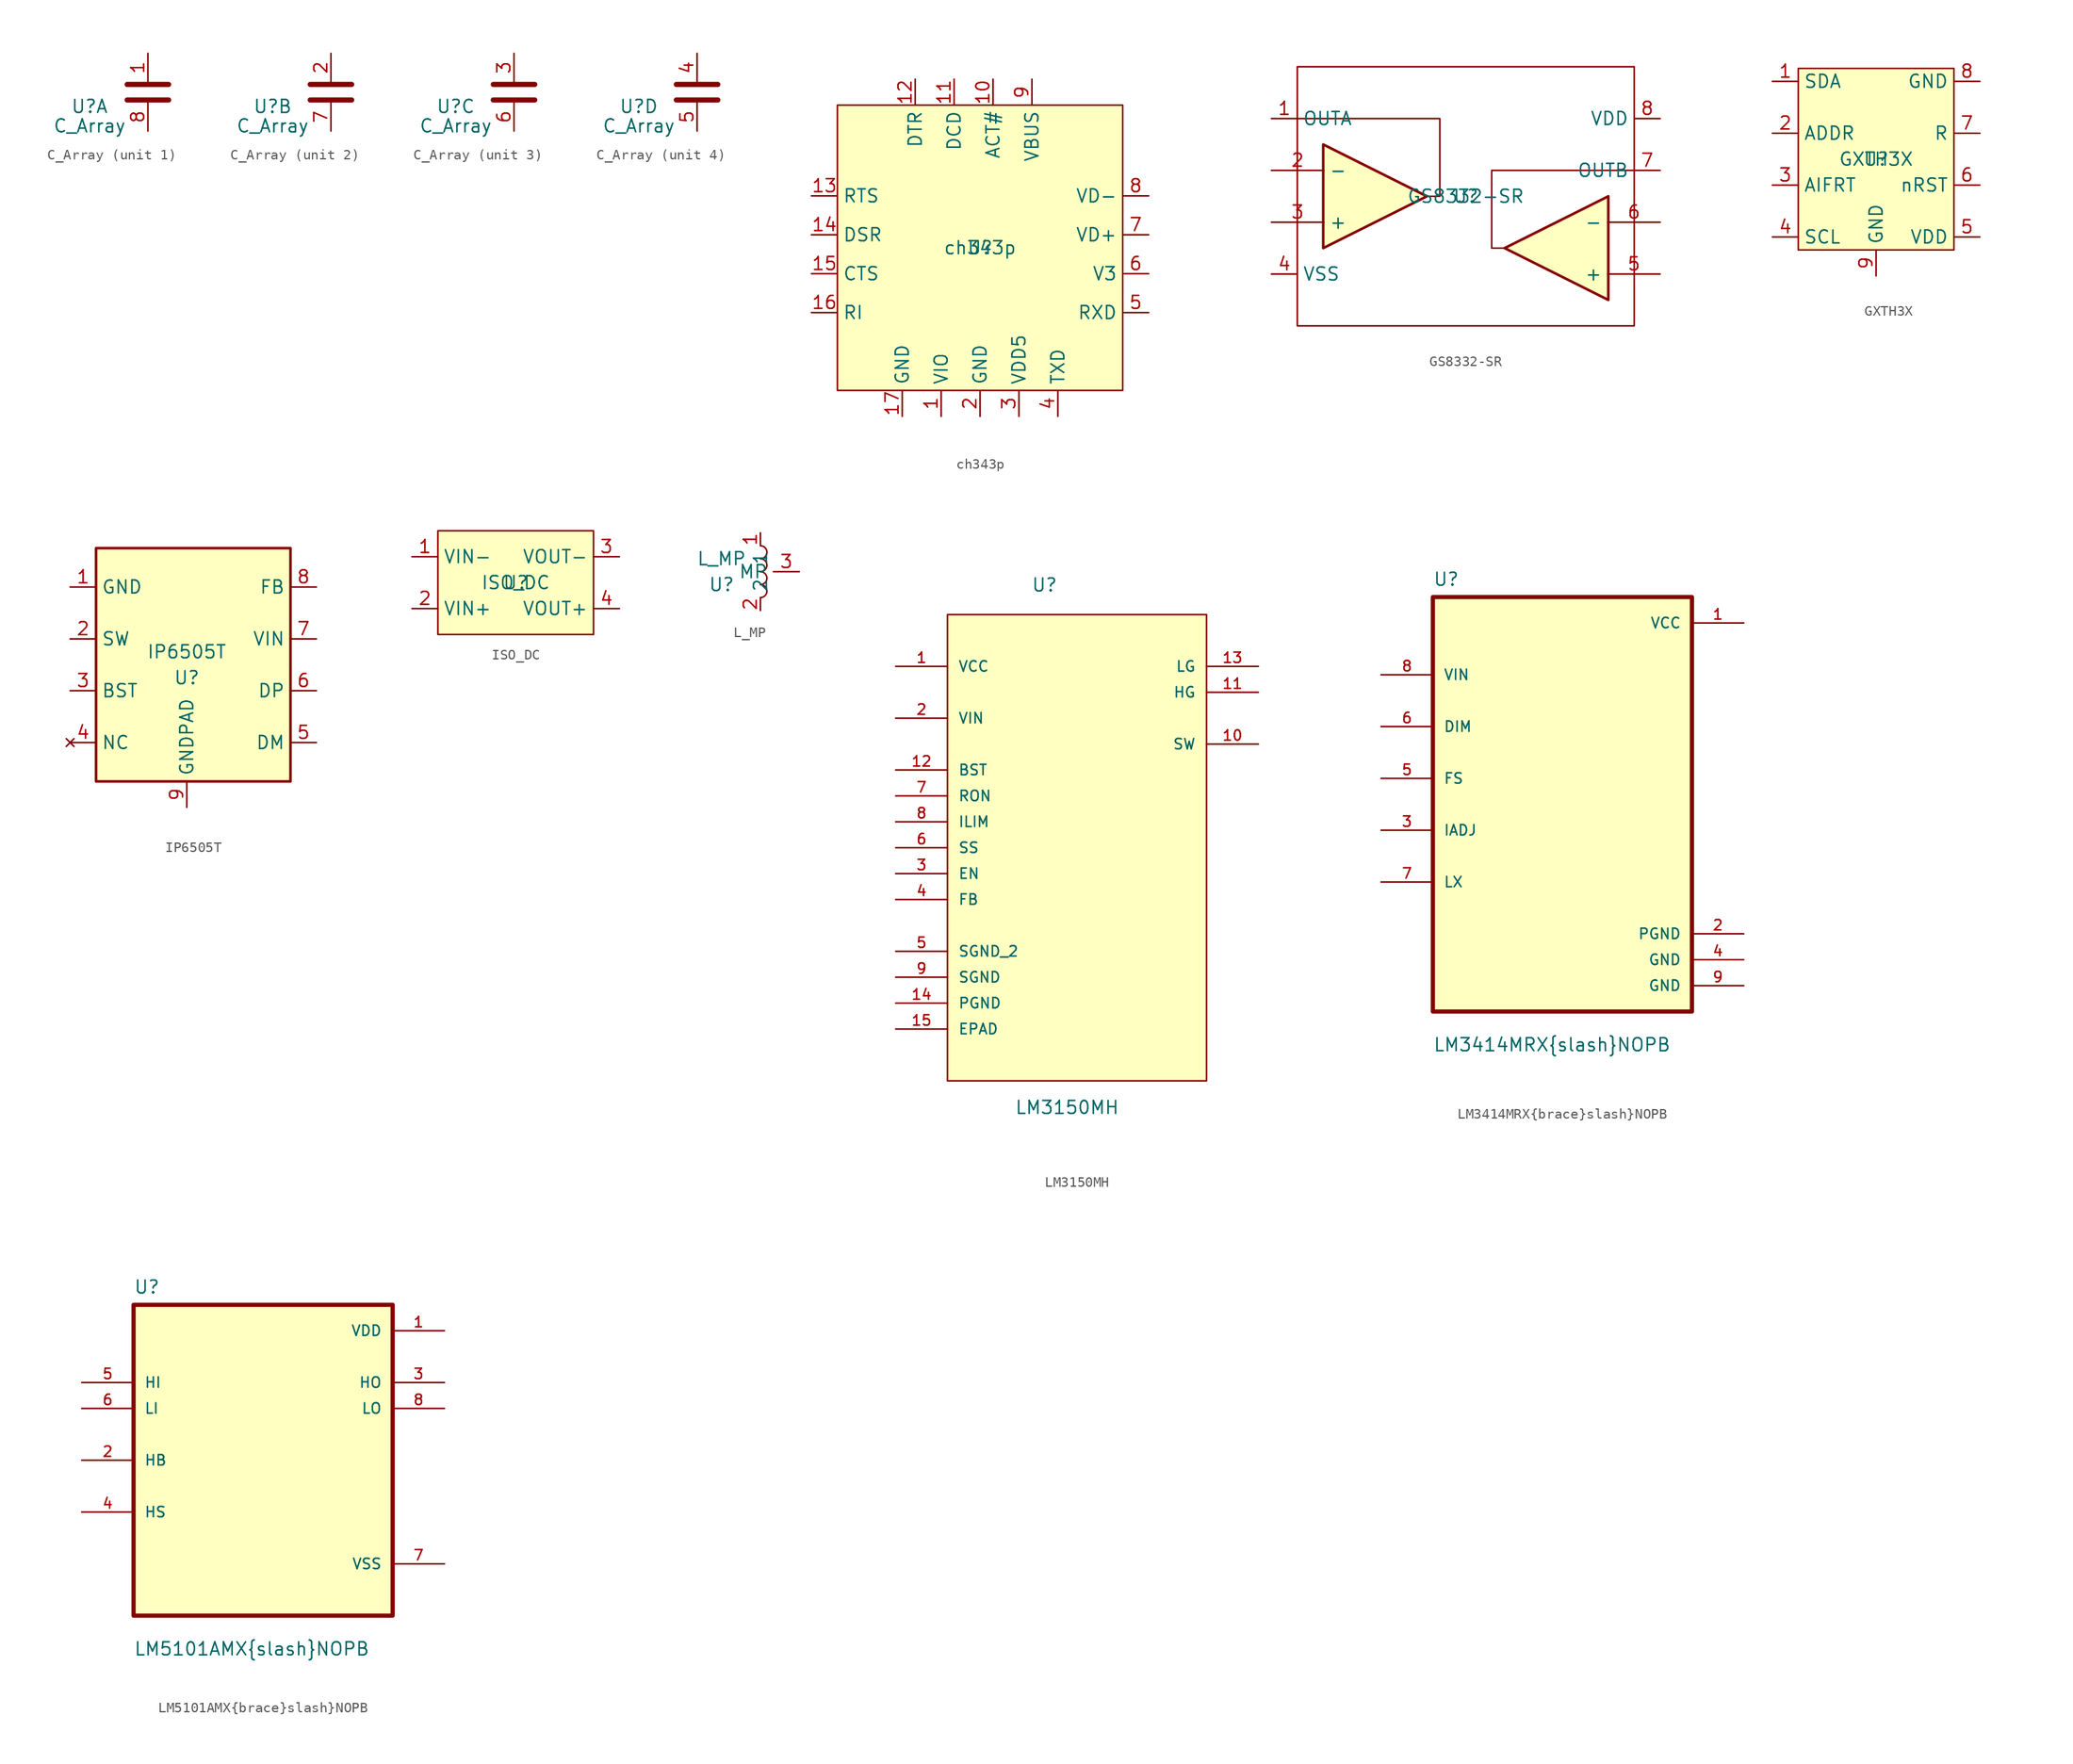
<source format=kicad_sym>
(kicad_symbol_lib
  (version 20211014)
  (generator kicad_symbol_editor)
  (symbol "C_Array"
    (property "Reference" "U"
      (at -5.715 -1.905 0)
      (effects (font (size 1.27 1.27))))
    (property "Value" "C_Array"
      (at -5.715 -3.81 0)
      (effects (font (size 1.27 1.27))))
    (symbol "C_Array_0_1"
      (polyline (pts (xy -2.032 -1.27) (xy 2.032 -1.27)) (stroke (width 0.508) (type default) (color 0 0 0 0)) (fill (type none)))
      (polyline (pts (xy -2.032 0.254) (xy 2.032 0.254)) (stroke (width 0.508) (type default) (color 0 0 0 0)) (fill (type none))))
    (symbol "C_Array_1_1"
      (pin passive line (at 0 3.302 270) (length 2.794) (name "~" (effects (font (size 1.27 1.27)))) (number "1" (effects (font (size 1.27 1.27)))))
      (pin passive line (at 0 -4.318 90) (length 2.794) (name "" (effects (font (size 1.27 1.27)))) (number "8" (effects (font (size 1.27 1.27))))))
    (symbol "C_Array_2_1"
      (pin passive line (at 0 3.302 270) (length 2.794) (name "~" (effects (font (size 1.27 1.27)))) (number "2" (effects (font (size 1.27 1.27)))))
      (pin passive line (at 0 -4.318 90) (length 2.794) (name "" (effects (font (size 1.27 1.27)))) (number "7" (effects (font (size 1.27 1.27))))))
    (symbol "C_Array_3_1"
      (pin passive line (at 0 3.302 270) (length 2.794) (name "~" (effects (font (size 1.27 1.27)))) (number "3" (effects (font (size 1.27 1.27)))))
      (pin passive line (at 0 -4.318 90) (length 2.794) (name "" (effects (font (size 1.27 1.27)))) (number "6" (effects (font (size 1.27 1.27))))))
    (symbol "C_Array_4_1"
      (pin passive line (at 0 3.302 270) (length 2.794) (name "~" (effects (font (size 1.27 1.27)))) (number "4" (effects (font (size 1.27 1.27)))))
      (pin passive line (at 0 -4.318 90) (length 2.794) (name "" (effects (font (size 1.27 1.27)))) (number "5" (effects (font (size 1.27 1.27)))))))
  (symbol "ch343p"
    (property "Reference" "U"
      (at 0 0 0)
      (effects (font (size 1.27 1.27))))
    (property "Value" "ch343p"
      (at 0 0 0)
      (effects (font (size 1.27 1.27))))
    (symbol "ch343p_0_1"
      (rectangle (start -13.97 13.97) (end 13.97 -13.97) (stroke (width 0) (type default) (color 0 0 0 0)) (fill (type background))))
    (symbol "ch343p_1_1"
      (pin input line (at -3.81 -16.51 90) (length 2.54) (name "VIO" (effects (font (size 1.27 1.27)))) (number "1" (effects (font (size 1.27 1.27)))))
      (pin input line (at 1.27 16.51 270) (length 2.54) (name "ACT#" (effects (font (size 1.27 1.27)))) (number "10" (effects (font (size 1.27 1.27)))))
      (pin input line (at -2.54 16.51 270) (length 2.54) (name "DCD" (effects (font (size 1.27 1.27)))) (number "11" (effects (font (size 1.27 1.27)))))
      (pin input line (at -6.35 16.51 270) (length 2.54) (name "DTR" (effects (font (size 1.27 1.27)))) (number "12" (effects (font (size 1.27 1.27)))))
      (pin input line (at -16.51 5.08 0) (length 2.54) (name "RTS" (effects (font (size 1.27 1.27)))) (number "13" (effects (font (size 1.27 1.27)))))
      (pin input line (at -16.51 1.27 0) (length 2.54) (name "DSR" (effects (font (size 1.27 1.27)))) (number "14" (effects (font (size 1.27 1.27)))))
      (pin input line (at -16.51 -2.54 0) (length 2.54) (name "CTS" (effects (font (size 1.27 1.27)))) (number "15" (effects (font (size 1.27 1.27)))))
      (pin input line (at -16.51 -6.35 0) (length 2.54) (name "RI" (effects (font (size 1.27 1.27)))) (number "16" (effects (font (size 1.27 1.27)))))
      (pin input line (at -7.62 -16.51 90) (length 2.54) (name "GND" (effects (font (size 1.27 1.27)))) (number "17" (effects (font (size 1.27 1.27)))))
      (pin input line (at 0 -16.51 90) (length 2.54) (name "GND" (effects (font (size 1.27 1.27)))) (number "2" (effects (font (size 1.27 1.27)))))
      (pin input line (at 3.81 -16.51 90) (length 2.54) (name "VDD5" (effects (font (size 1.27 1.27)))) (number "3" (effects (font (size 1.27 1.27)))))
      (pin input line (at 7.62 -16.51 90) (length 2.54) (name "TXD" (effects (font (size 1.27 1.27)))) (number "4" (effects (font (size 1.27 1.27)))))
      (pin input line (at 16.51 -6.35 180) (length 2.54) (name "RXD" (effects (font (size 1.27 1.27)))) (number "5" (effects (font (size 1.27 1.27)))))
      (pin input line (at 16.51 -2.54 180) (length 2.54) (name "V3" (effects (font (size 1.27 1.27)))) (number "6" (effects (font (size 1.27 1.27)))))
      (pin input line (at 16.51 1.27 180) (length 2.54) (name "VD+" (effects (font (size 1.27 1.27)))) (number "7" (effects (font (size 1.27 1.27)))))
      (pin input line (at 16.51 5.08 180) (length 2.54) (name "VD-" (effects (font (size 1.27 1.27)))) (number "8" (effects (font (size 1.27 1.27)))))
      (pin input line (at 5.08 16.51 270) (length 2.54) (name "VBUS" (effects (font (size 1.27 1.27)))) (number "9" (effects (font (size 1.27 1.27)))))))
  (symbol "GS8332-SR"
    (property "Reference" "U"
      (at 0 0 0)
      (effects (font (size 1.27 1.27))))
    (property "Value" "GS8332-SR"
      (at 0 0 0)
      (effects (font (size 1.27 1.27))))
    (symbol "GS8332-SR_0_1"
      (rectangle (start -16.51 12.7) (end 16.51 -12.7) (stroke (width 0) (type default) (color 0 0 0 0)) (fill (type none)))
      (polyline (pts (xy -3.81 0) (xy -13.97 5.08) (xy -13.97 -5.08) (xy -3.81 0)) (stroke (width 0.254) (type default) (color 0 0 0 0)) (fill (type background)))
      (polyline (pts (xy 3.81 -5.08) (xy 2.54 -5.08) (xy 2.54 2.54) (xy 16.51 2.54)) (stroke (width 0) (type default) (color 0 0 0 0)) (fill (type none)))
      (polyline (pts (xy 3.81 -5.08) (xy 13.97 -10.16) (xy 13.97 0) (xy 3.81 -5.08)) (stroke (width 0.254) (type default) (color 0 0 0 0)) (fill (type background)))
      (polyline (pts (xy -16.51 7.62) (xy -3.81 7.62) (xy -2.54 7.62) (xy -2.54 0) (xy -3.81 0)) (stroke (width 0) (type default) (color 0 0 0 0)) (fill (type none))))
    (symbol "GS8332-SR_1_1"
      (pin input line (at -19.05 7.62 0) (length 2.54) (name "OUTA" (effects (font (size 1.27 1.27)))) (number "1" (effects (font (size 1.27 1.27)))))
      (pin input line (at -19.05 2.54 0) (length 5.14) (name "-" (effects (font (size 1.27 1.27)))) (number "2" (effects (font (size 1.27 1.27)))))
      (pin input line (at -19.05 -2.54 0) (length 5.14) (name "+" (effects (font (size 1.27 1.27)))) (number "3" (effects (font (size 1.27 1.27)))))
      (pin input line (at -19.05 -7.62 0) (length 2.54) (name "VSS" (effects (font (size 1.27 1.27)))) (number "4" (effects (font (size 1.27 1.27)))))
      (pin input line (at 19.05 -7.62 180) (length 5.14) (name "+" (effects (font (size 1.27 1.27)))) (number "5" (effects (font (size 1.27 1.27)))))
      (pin input line (at 19.05 -2.54 180) (length 5.14) (name "-" (effects (font (size 1.27 1.27)))) (number "6" (effects (font (size 1.27 1.27)))))
      (pin input line (at 19.05 2.54 180) (length 2.54) (name "OUTB" (effects (font (size 1.27 1.27)))) (number "7" (effects (font (size 1.27 1.27)))))
      (pin input line (at 19.05 7.62 180) (length 2.54) (name "VDD" (effects (font (size 1.27 1.27)))) (number "8" (effects (font (size 1.27 1.27)))))))
  (symbol "GXTH3X"
    (property "Reference" "U"
      (at 0 0 0)
      (effects (font (size 1.27 1.27))))
    (property "Value" "GXTH3X"
      (at 0 0 0)
      (effects (font (size 1.27 1.27))))
    (symbol "GXTH3X_0_0"
      (text "" (at 12.7 3.81 0) (effects (font (size 1.27 1.27)))))
    (symbol "GXTH3X_0_1"
      (rectangle (start -7.62 8.89) (end 7.62 -8.89) (stroke (width 0) (type default) (color 0 0 0 0)) (fill (type background))))
    (symbol "GXTH3X_1_1"
      (pin input line (at -10.16 7.62 0) (length 2.54) (name "SDA" (effects (font (size 1.27 1.27)))) (number "1" (effects (font (size 1.27 1.27)))))
      (pin input line (at -10.16 2.54 0) (length 2.54) (name "ADDR" (effects (font (size 1.27 1.27)))) (number "2" (effects (font (size 1.27 1.27)))))
      (pin input line (at -10.16 -2.54 0) (length 2.54) (name "AIFRT" (effects (font (size 1.27 1.27)))) (number "3" (effects (font (size 1.27 1.27)))))
      (pin input line (at -10.16 -7.62 0) (length 2.54) (name "SCL" (effects (font (size 1.27 1.27)))) (number "4" (effects (font (size 1.27 1.27)))))
      (pin input line (at 10.16 -7.62 180) (length 2.54) (name "VDD" (effects (font (size 1.27 1.27)))) (number "5" (effects (font (size 1.27 1.27)))))
      (pin input line (at 10.16 -2.54 180) (length 2.54) (name "nRST" (effects (font (size 1.27 1.27)))) (number "6" (effects (font (size 1.27 1.27)))))
      (pin input line (at 10.16 2.54 180) (length 2.54) (name "R" (effects (font (size 1.27 1.27)))) (number "7" (effects (font (size 1.27 1.27)))))
      (pin input line (at 10.16 7.62 180) (length 2.54) (name "GND" (effects (font (size 1.27 1.27)))) (number "8" (effects (font (size 1.27 1.27)))))
      (pin input line (at 0 -11.43 90) (length 2.54) (name "GND" (effects (font (size 1.27 1.27)))) (number "9" (effects (font (size 1.27 1.27)))))))
  (symbol "IP6505T"
    (property "Reference" "U"
      (at 0 -1.27 0)
      (effects (font (size 1.27 1.27))))
    (property "Value" "IP6505T"
      (at 0 1.27 0)
      (effects (font (size 1.27 1.27))))
    (symbol "IP6505T_0_1"
      (rectangle (start -8.89 11.43) (end 10.16 -11.43) (stroke (width 0.254) (type default) (color 0 0 0 0)) (fill (type background))))
    (symbol "IP6505T_1_1"
      (pin power_in line (at -11.43 7.62 0) (length 2.54) (name "GND" (effects (font (size 1.27 1.27)))) (number "1" (effects (font (size 1.27 1.27)))))
      (pin power_out line (at -11.43 2.54 0) (length 2.54) (name "SW" (effects (font (size 1.27 1.27)))) (number "2" (effects (font (size 1.27 1.27)))))
      (pin input line (at -11.43 -2.54 0) (length 2.54) (name "BST" (effects (font (size 1.27 1.27)))) (number "3" (effects (font (size 1.27 1.27)))))
      (pin no_connect line (at -11.43 -7.62 0) (length 2.54) (name "NC" (effects (font (size 1.27 1.27)))) (number "4" (effects (font (size 1.27 1.27)))))
      (pin bidirectional line (at 12.7 -7.62 180) (length 2.54) (name "DM" (effects (font (size 1.27 1.27)))) (number "5" (effects (font (size 1.27 1.27)))))
      (pin bidirectional line (at 12.7 -2.54 180) (length 2.54) (name "DP" (effects (font (size 1.27 1.27)))) (number "6" (effects (font (size 1.27 1.27)))))
      (pin power_in line (at 12.7 2.54 180) (length 2.54) (name "VIN" (effects (font (size 1.27 1.27)))) (number "7" (effects (font (size 1.27 1.27)))))
      (pin input line (at 12.7 7.62 180) (length 2.54) (name "FB" (effects (font (size 1.27 1.27)))) (number "8" (effects (font (size 1.27 1.27)))))
      (pin power_in line (at 0 -13.97 90) (length 2.54) (name "GNDPAD" (effects (font (size 1.27 1.27)))) (number "9" (effects (font (size 1.27 1.27)))))))
  (symbol "ISO_DC"
    (property "Reference" "U"
      (at 0 0 0)
      (effects (font (size 1.27 1.27))))
    (property "Value" "ISO_DC"
      (at 0 0 0)
      (effects (font (size 1.27 1.27))))
    (symbol "ISO_DC_0_1"
      (rectangle (start -7.62 5.08) (end 7.62 -5.08) (stroke (width 0) (type default) (color 0 0 0 0)) (fill (type background))))
    (symbol "ISO_DC_1_1"
      (pin input line (at -10.16 2.54 0) (length 2.54) (name "VIN-" (effects (font (size 1.27 1.27)))) (number "1" (effects (font (size 1.27 1.27)))))
      (pin input line (at -10.16 -2.54 0) (length 2.54) (name "VIN+" (effects (font (size 1.27 1.27)))) (number "2" (effects (font (size 1.27 1.27)))))
      (pin input line (at 10.16 2.54 180) (length 2.54) (name "VOUT-" (effects (font (size 1.27 1.27)))) (number "3" (effects (font (size 1.27 1.27)))))
      (pin input line (at 10.16 -2.54 180) (length 2.54) (name "VOUT+" (effects (font (size 1.27 1.27)))) (number "4" (effects (font (size 1.27 1.27)))))))
  (symbol "L_MP"
    (property "Reference" "U"
      (at -3.81 -1.27 0)
      (effects (font (size 1.27 1.27))))
    (property "Value" "L_MP"
      (at -3.81 1.27 0)
      (effects (font (size 1.27 1.27))))
    (symbol "L_MP_0_1"
      (arc (start 0 -2.54) (mid 0.635 -1.905) (end 0 -1.27) (stroke (width 0) (type default) (color 0 0 0 0)) (fill (type none)))
      (arc (start 0 -1.27) (mid 0.635 -0.635) (end 0 0) (stroke (width 0) (type default) (color 0 0 0 0)) (fill (type none)))
      (arc (start 0 0) (mid 0.635 0.635) (end 0 1.27) (stroke (width 0) (type default) (color 0 0 0 0)) (fill (type none)))
      (arc (start 0 1.27) (mid 0.635 1.905) (end 0 2.54) (stroke (width 0) (type default) (color 0 0 0 0)) (fill (type none))))
    (symbol "L_MP_1_1"
      (pin passive line (at 0 3.81 270) (length 1.27) (name "1" (effects (font (size 1.27 1.27)))) (number "1" (effects (font (size 1.27 1.27)))))
      (pin passive line (at 0 -3.81 90) (length 1.27) (name "2" (effects (font (size 1.27 1.27)))) (number "2" (effects (font (size 1.27 1.27)))))
      (pin input line (at 3.81 0 180) (length 2.54) (name "MP" (effects (font (size 1.27 1.27)))) (number "3" (effects (font (size 1.27 1.27)))))))
  (symbol "LM3150MH"
    (pin_names
      (offset 1.016))
    (property "Reference" "U"
      (at -4.496 22.479 0)
      (effects (font (size 1.27 1.27)) (justify left bottom)))
    (property "Value" "LM3150MH"
      (at -6.121 -28.753 0)
      (effects (font (size 1.27 1.27)) (justify left bottom)))
    (symbol "LM3150MH_0_0"
      (rectangle (start -12.7 -25.4) (end 12.7 20.32) (stroke (width 0.152) (type default) (color 0 0 0 0)) (fill (type background)))
      (pin power_in line (at -17.78 15.24 0) (length 5.08) (name "VCC" (effects (font (size 1.016 1.016)))) (number "1" (effects (font (size 1.016 1.016)))))
      (pin output line (at 17.78 7.62 180) (length 5.08) (name "SW" (effects (font (size 1.016 1.016)))) (number "10" (effects (font (size 1.016 1.016)))))
      (pin output line (at 17.78 12.7 180) (length 5.08) (name "HG" (effects (font (size 1.016 1.016)))) (number "11" (effects (font (size 1.016 1.016)))))
      (pin input line (at -17.78 5.08 0) (length 5.08) (name "BST" (effects (font (size 1.016 1.016)))) (number "12" (effects (font (size 1.016 1.016)))))
      (pin output line (at 17.78 15.24 180) (length 5.08) (name "LG" (effects (font (size 1.016 1.016)))) (number "13" (effects (font (size 1.016 1.016)))))
      (pin passive line (at -17.78 -17.78 0) (length 5.08) (name "PGND" (effects (font (size 1.016 1.016)))) (number "14" (effects (font (size 1.016 1.016)))))
      (pin passive line (at -17.78 -20.32 0) (length 5.08) (name "EPAD" (effects (font (size 1.016 1.016)))) (number "15" (effects (font (size 1.016 1.016)))))
      (pin input line (at -17.78 10.16 0) (length 5.08) (name "VIN" (effects (font (size 1.016 1.016)))) (number "2" (effects (font (size 1.016 1.016)))))
      (pin input line (at -17.78 -5.08 0) (length 5.08) (name "EN" (effects (font (size 1.016 1.016)))) (number "3" (effects (font (size 1.016 1.016)))))
      (pin input line (at -17.78 -7.62 0) (length 5.08) (name "FB" (effects (font (size 1.016 1.016)))) (number "4" (effects (font (size 1.016 1.016)))))
      (pin passive line (at -17.78 -12.7 0) (length 5.08) (name "SGND_2" (effects (font (size 1.016 1.016)))) (number "5" (effects (font (size 1.016 1.016)))))
      (pin input line (at -17.78 -2.54 0) (length 5.08) (name "SS" (effects (font (size 1.016 1.016)))) (number "6" (effects (font (size 1.016 1.016)))))
      (pin input line (at -17.78 2.54 0) (length 5.08) (name "RON" (effects (font (size 1.016 1.016)))) (number "7" (effects (font (size 1.016 1.016)))))
      (pin input line (at -17.78 0 0) (length 5.08) (name "ILIM" (effects (font (size 1.016 1.016)))) (number "8" (effects (font (size 1.016 1.016)))))
      (pin passive line (at -17.78 -15.24 0) (length 5.08) (name "SGND" (effects (font (size 1.016 1.016)))) (number "9" (effects (font (size 1.016 1.016)))))))
  (symbol "LM3414MRX{brace}slash}NOPB"
    (pin_names
      (offset 1.016))
    (property "Reference" "U"
      (at -12.7 21.32 0)
      (effects (font (size 1.27 1.27)) (justify left bottom)))
    (property "Value" "LM3414MRX{brace}slash}NOPB"
      (at -12.7 -24.32 0)
      (effects (font (size 1.27 1.27)) (justify left bottom)))
    (symbol "LM3414MRX{brace}slash}NOPB_0_0"
      (rectangle (start -12.7 -20.32) (end 12.7 20.32) (stroke (width 0.41) (type default) (color 0 0 0 0)) (fill (type background)))
      (pin power_in line (at 17.78 17.78 180) (length 5.08) (name "VCC" (effects (font (size 1.016 1.016)))) (number "1" (effects (font (size 1.016 1.016)))))
      (pin power_in line (at 17.78 -12.7 180) (length 5.08) (name "PGND" (effects (font (size 1.016 1.016)))) (number "2" (effects (font (size 1.016 1.016)))))
      (pin bidirectional line (at -17.78 -2.54 0) (length 5.08) (name "IADJ" (effects (font (size 1.016 1.016)))) (number "3" (effects (font (size 1.016 1.016)))))
      (pin power_in line (at 17.78 -15.24 180) (length 5.08) (name "GND" (effects (font (size 1.016 1.016)))) (number "4" (effects (font (size 1.016 1.016)))))
      (pin bidirectional line (at -17.78 2.54 0) (length 5.08) (name "FS" (effects (font (size 1.016 1.016)))) (number "5" (effects (font (size 1.016 1.016)))))
      (pin bidirectional line (at -17.78 7.62 0) (length 5.08) (name "DIM" (effects (font (size 1.016 1.016)))) (number "6" (effects (font (size 1.016 1.016)))))
      (pin bidirectional line (at -17.78 -7.62 0) (length 5.08) (name "LX" (effects (font (size 1.016 1.016)))) (number "7" (effects (font (size 1.016 1.016)))))
      (pin input line (at -17.78 12.7 0) (length 5.08) (name "VIN" (effects (font (size 1.016 1.016)))) (number "8" (effects (font (size 1.016 1.016)))))
      (pin power_in line (at 17.78 -17.78 180) (length 5.08) (name "GND" (effects (font (size 1.016 1.016)))) (number "9" (effects (font (size 1.016 1.016)))))))
  (symbol "LM5101AMX{brace}slash}NOPB"
    (pin_names
      (offset 1.016))
    (property "Reference" "U"
      (at -12.7 16.24 0)
      (effects (font (size 1.27 1.27)) (justify left bottom)))
    (property "Value" "LM5101AMX{brace}slash}NOPB"
      (at -12.7 -19.24 0)
      (effects (font (size 1.27 1.27)) (justify left bottom)))
    (symbol "LM5101AMX{brace}slash}NOPB_0_0"
      (rectangle (start -12.7 -15.24) (end 12.7 15.24) (stroke (width 0.41) (type default) (color 0 0 0 0)) (fill (type background)))
      (pin power_in line (at 17.78 12.7 180) (length 5.08) (name "VDD" (effects (font (size 1.016 1.016)))) (number "1" (effects (font (size 1.016 1.016)))))
      (pin bidirectional line (at -17.78 0 0) (length 5.08) (name "HB" (effects (font (size 1.016 1.016)))) (number "2" (effects (font (size 1.016 1.016)))))
      (pin output line (at 17.78 7.62 180) (length 5.08) (name "HO" (effects (font (size 1.016 1.016)))) (number "3" (effects (font (size 1.016 1.016)))))
      (pin bidirectional line (at -17.78 -5.08 0) (length 5.08) (name "HS" (effects (font (size 1.016 1.016)))) (number "4" (effects (font (size 1.016 1.016)))))
      (pin input line (at -17.78 7.62 0) (length 5.08) (name "HI" (effects (font (size 1.016 1.016)))) (number "5" (effects (font (size 1.016 1.016)))))
      (pin input line (at -17.78 5.08 0) (length 5.08) (name "LI" (effects (font (size 1.016 1.016)))) (number "6" (effects (font (size 1.016 1.016)))))
      (pin power_in line (at 17.78 -10.16 180) (length 5.08) (name "VSS" (effects (font (size 1.016 1.016)))) (number "7" (effects (font (size 1.016 1.016)))))
      (pin output line (at 17.78 5.08 180) (length 5.08) (name "LO" (effects (font (size 1.016 1.016)))) (number "8" (effects (font (size 1.016 1.016))))))))
</source>
